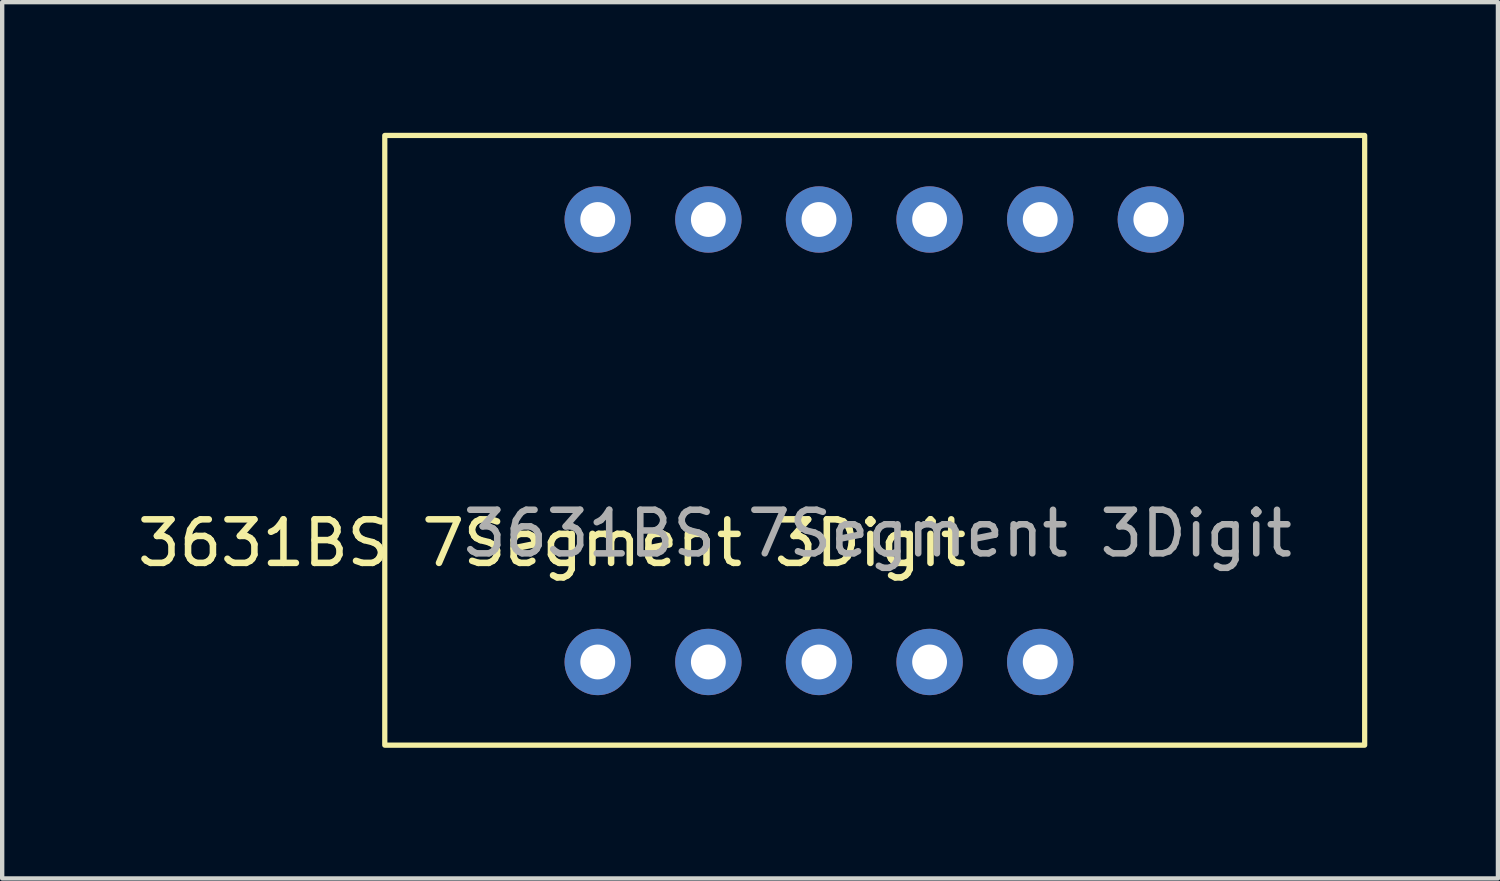
<source format=kicad_pcb>
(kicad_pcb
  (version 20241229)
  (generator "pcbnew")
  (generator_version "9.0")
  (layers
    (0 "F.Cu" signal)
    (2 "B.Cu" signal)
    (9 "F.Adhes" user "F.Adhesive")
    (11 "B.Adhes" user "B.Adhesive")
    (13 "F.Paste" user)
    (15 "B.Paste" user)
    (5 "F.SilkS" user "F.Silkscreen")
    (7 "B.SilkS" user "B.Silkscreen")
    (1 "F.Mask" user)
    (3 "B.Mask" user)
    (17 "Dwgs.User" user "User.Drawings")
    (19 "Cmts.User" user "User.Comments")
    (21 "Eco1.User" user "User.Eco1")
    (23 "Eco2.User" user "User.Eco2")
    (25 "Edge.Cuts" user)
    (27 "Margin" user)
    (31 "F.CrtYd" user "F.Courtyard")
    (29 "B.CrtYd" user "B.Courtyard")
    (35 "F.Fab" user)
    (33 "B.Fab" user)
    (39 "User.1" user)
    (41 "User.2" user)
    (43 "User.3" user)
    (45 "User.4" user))
  (footprint "3631BS 7Segment 3Digit"
    (layer "F.Cu")
    (at 10.675 12.15)
    (property "Reference" "3631BS 7Segment 3Digit" (at -1.05 -2.73 0) (unlocked yes) (layer "F.SilkS") (effects (font (size 1 1) (thickness 0.15))))
    (attr through_hole)
    (fp_rect (start -4.89 -12.09) (end 17.61 1.91) (stroke (width 0.12) (type default)) (fill no) (layer "F.SilkS"))
    (fp_text user "${REFERENCE}" (at 6.43 -2.95 0) (unlocked yes) (layer "F.Fab") (effects (font (size 1 1) (thickness 0.15))))
    (pad "1" thru_hole circle (at 0 0) (size 1.524 1.524) (drill 0.8) (layers "*.Cu" "*.Mask"))
    (pad "2" thru_hole circle (at 2.54 0) (size 1.524 1.524) (drill 0.8) (layers "*.Cu" "*.Mask"))
    (pad "3" thru_hole circle (at 5.08 0) (size 1.524 1.524) (drill 0.8) (layers "*.Cu" "*.Mask"))
    (pad "4" thru_hole circle (at 7.62 0) (size 1.524 1.524) (drill 0.8) (layers "*.Cu" "*.Mask"))
    (pad "5" thru_hole circle (at 10.16 0) (size 1.524 1.524) (drill 0.8) (layers "*.Cu" "*.Mask"))
    (pad "6" thru_hole circle (at 0 -10.16) (size 1.524 1.524) (drill 0.8) (layers "*.Cu" "*.Mask"))
    (pad "7" thru_hole circle (at 12.7 -10.16) (size 1.524 1.524) (drill 0.8) (layers "*.Cu" "*.Mask"))
    (pad "8" thru_hole circle (at 10.16 -10.16) (size 1.524 1.524) (drill 0.8) (layers "*.Cu" "*.Mask"))
    (pad "9" thru_hole circle (at 7.62 -10.16) (size 1.524 1.524) (drill 0.8) (layers "*.Cu" "*.Mask"))
    (pad "10" thru_hole circle (at 5.08 -10.16) (size 1.524 1.524) (drill 0.8) (layers "*.Cu" "*.Mask"))
    (pad "11" thru_hole circle (at 2.54 -10.16) (size 1.524 1.524) (drill 0.8) (layers "*.Cu" "*.Mask")))
  (gr_rect
    (start -3 -3)
    (end 31.345 17.12)
    (stroke (width 0.1) (type default))
    (fill no)
    (layer "Edge.Cuts")))
</source>
